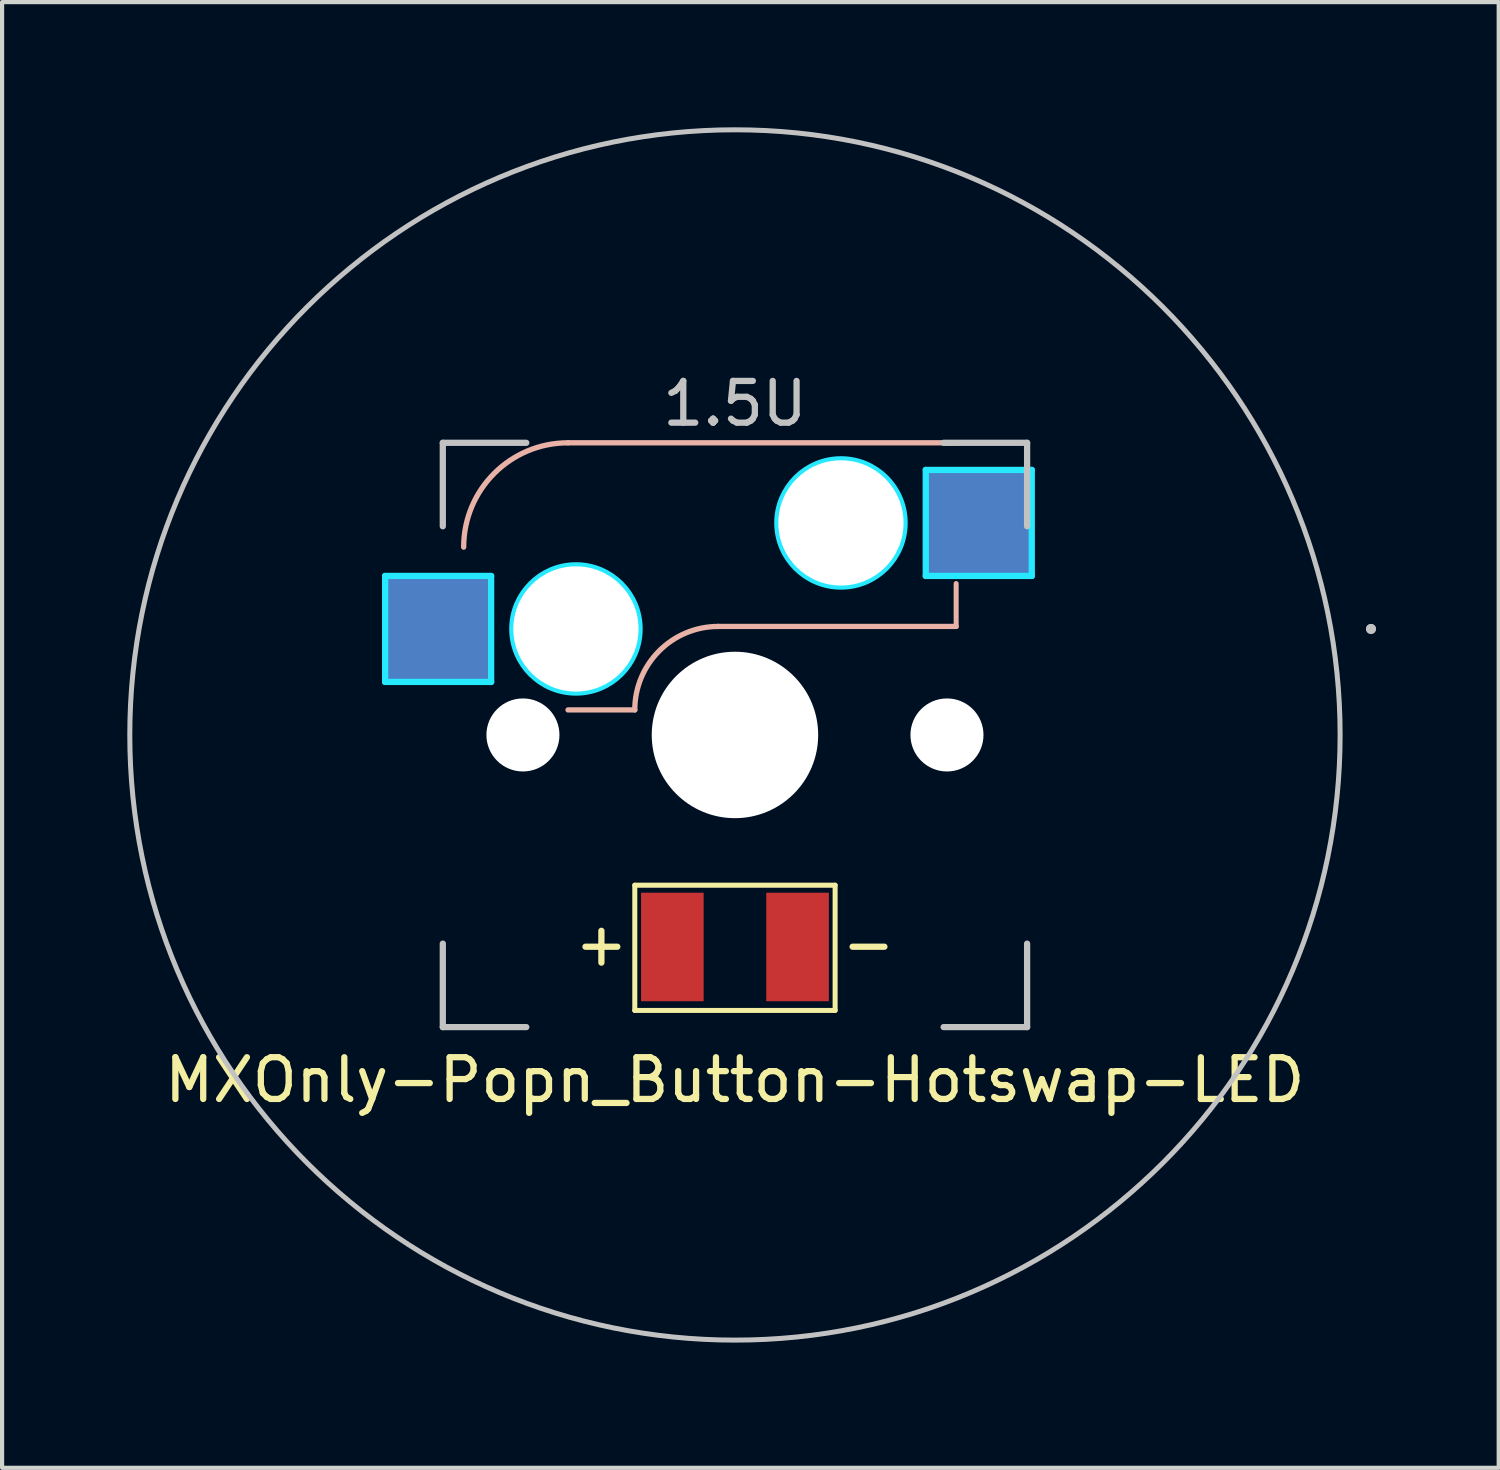
<source format=kicad_pcb>
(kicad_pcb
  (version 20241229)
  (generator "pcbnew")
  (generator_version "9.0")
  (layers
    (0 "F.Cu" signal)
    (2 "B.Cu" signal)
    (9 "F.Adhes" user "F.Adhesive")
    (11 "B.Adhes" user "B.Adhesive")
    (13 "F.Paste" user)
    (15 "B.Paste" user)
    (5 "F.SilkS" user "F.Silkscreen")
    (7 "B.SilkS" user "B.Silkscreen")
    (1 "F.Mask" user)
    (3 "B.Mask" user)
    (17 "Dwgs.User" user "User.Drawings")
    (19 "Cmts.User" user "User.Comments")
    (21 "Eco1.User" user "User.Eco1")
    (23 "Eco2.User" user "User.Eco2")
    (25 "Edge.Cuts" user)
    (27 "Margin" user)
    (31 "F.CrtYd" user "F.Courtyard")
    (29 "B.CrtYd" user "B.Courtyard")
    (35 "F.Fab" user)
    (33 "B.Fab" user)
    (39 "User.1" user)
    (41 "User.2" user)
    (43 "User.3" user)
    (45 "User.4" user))
  (footprint "MXOnly-Popn_Button-Hotswap-LED"
    (layer "F.Cu")
    (at 14.56 14.56)
    (property "Reference" "MXOnly-Popn_Button-Hotswap-LED" (at -0.003 8.267 0) (unlocked yes) (layer "F.SilkS") (effects (font (size 1 1) (thickness 0.15))))
    (attr through_hole)
    (fp_line (start -2.4 3.6) (end -2.4 6.6) (stroke (width 0.12) (type solid)) (layer "F.SilkS"))
    (fp_line (start -2.4 6.6) (end 2.4 6.6) (stroke (width 0.12) (type solid)) (layer "F.SilkS"))
    (fp_line (start 2.4 3.6) (end -2.4 3.6) (stroke (width 0.12) (type solid)) (layer "F.SilkS"))
    (fp_line (start 2.4 6.6) (end 2.4 3.6) (stroke (width 0.12) (type solid)) (layer "F.SilkS"))
    (fp_line (start -4 -0.6) (end -2.4 -0.6) (stroke (width 0.127) (type solid)) (layer "B.SilkS"))
    (fp_line (start -0.4 -2.6) (end 5.3 -2.6) (stroke (width 0.127) (type solid)) (layer "B.SilkS"))
    (fp_line (start 5.3 -7) (end -4 -7) (stroke (width 0.127) (type solid)) (layer "B.SilkS"))
    (fp_line (start 5.3 -2.6) (end 5.3 -3.628) (stroke (width 0.12) (type solid)) (layer "B.SilkS"))
    (fp_arc (start -6.5 -4.5) (mid -5.767767 -6.267767) (end -4 -7) (stroke (width 0.127) (type solid)) (layer "B.SilkS"))
    (fp_arc (start -2.4 -0.6) (mid -1.814214 -2.014214) (end -0.4 -2.6) (stroke (width 0.127) (type solid)) (layer "B.SilkS"))
    (fp_line (start -7 -7) (end -7 -5) (stroke (width 0.15) (type solid)) (layer "Dwgs.User"))
    (fp_line (start -7 5) (end -7 7) (stroke (width 0.15) (type solid)) (layer "Dwgs.User"))
    (fp_line (start -7 7) (end -5 7) (stroke (width 0.15) (type solid)) (layer "Dwgs.User"))
    (fp_line (start -5 -7) (end -7 -7) (stroke (width 0.15) (type solid)) (layer "Dwgs.User"))
    (fp_line (start 5 -7) (end 7 -7) (stroke (width 0.15) (type solid)) (layer "Dwgs.User"))
    (fp_line (start 5 7) (end 7 7) (stroke (width 0.15) (type solid)) (layer "Dwgs.User"))
    (fp_line (start 7 -7) (end 7 -5) (stroke (width 0.15) (type solid)) (layer "Dwgs.User"))
    (fp_line (start 7 7) (end 7 5) (stroke (width 0.15) (type solid)) (layer "Dwgs.User"))
    (fp_circle (center 0 0) (end 14.5 0) (stroke (width 0.12) (type solid)) (fill no) (layer "Dwgs.User"))
    (fp_circle (center 15.24 -2.54) (end 15.24 -2.54) (stroke (width 0.12) (type solid)) (fill no) (layer "Dwgs.User"))
    (fp_circle (center 15.24 -2.54) (end 15.24 -2.54) (stroke (width 0.12) (type solid)) (fill no) (layer "Dwgs.User"))
    (fp_line (start -8.382 -3.81) (end -5.842 -3.81) (stroke (width 0.15) (type solid)) (layer "B.CrtYd"))
    (fp_line (start -8.382 -1.27) (end -8.382 -3.81) (stroke (width 0.15) (type solid)) (layer "B.CrtYd"))
    (fp_line (start -5.842 -3.81) (end -5.842 -1.27) (stroke (width 0.15) (type solid)) (layer "B.CrtYd"))
    (fp_line (start -5.842 -1.27) (end -8.382 -1.27) (stroke (width 0.15) (type solid)) (layer "B.CrtYd"))
    (fp_line (start 4.572 -6.35) (end 7.112 -6.35) (stroke (width 0.15) (type solid)) (layer "B.CrtYd"))
    (fp_line (start 4.572 -3.81) (end 4.572 -6.35) (stroke (width 0.15) (type solid)) (layer "B.CrtYd"))
    (fp_line (start 7.112 -6.35) (end 7.112 -3.81) (stroke (width 0.15) (type solid)) (layer "B.CrtYd"))
    (fp_line (start 7.112 -3.81) (end 4.572 -3.81) (stroke (width 0.15) (type solid)) (layer "B.CrtYd"))
    (fp_circle (center -3.81 -2.54) (end -3.81 -4.064) (stroke (width 0.15) (type solid)) (fill no) (layer "B.CrtYd"))
    (fp_circle (center 2.54 -5.08) (end 2.54 -6.604) (stroke (width 0.15) (type solid)) (fill no) (layer "B.CrtYd"))
    (fp_text user "-" (at 3.2 5 0) (layer "F.SilkS") (effects (font (size 1 1) (thickness 0.15))))
    (fp_text user "+" (at -3.2 5 0) (layer "F.SilkS") (effects (font (size 1 1) (thickness 0.15))))
    (fp_text user "1.5U" (at 0 -7.938 0) (layer "Dwgs.User") (effects (font (size 1 1) (thickness 0.15))))
    (pad "" np_thru_hole circle (at -5.08 0 48.1) (size 1.75 1.75) (drill 1.75) (layers "*.Cu" "*.Mask"))
    (pad "" np_thru_hole circle (at -3.81 -2.54) (size 3 3) (drill 3) (layers "*.Cu" "*.Mask"))
    (pad "" np_thru_hole circle (at 0 0) (size 3.988 3.988) (drill 3.988) (layers "*.Cu" "*.Mask"))
    (pad "" np_thru_hole circle (at 2.54 -5.08) (size 3 3) (drill 3) (layers "*.Cu" "*.Mask"))
    (pad "" np_thru_hole circle (at 5.08 0 48.1) (size 1.75 1.75) (drill 1.75) (layers "*.Cu" "*.Mask"))
    (pad "1" smd rect (at -7.085 -2.54) (size 2.55 2.5) (layers "B.Cu" "B.Mask" "B.Paste"))
    (pad "2" smd rect (at 5.842 -5.08) (size 2.55 2.5) (layers "B.Cu" "B.Mask" "B.Paste"))
    (pad "3" smd rect (at -1.5 5.08) (size 1.5 2.6) (layers "F.Cu" "F.Mask" "F.Paste"))
    (pad "4" smd rect (at 1.5 5.08) (size 1.5 2.6) (layers "F.Cu" "F.Mask" "F.Paste")))
  (gr_rect
    (start -3 -3)
    (end 32.86 32.12)
    (stroke (width 0.1) (type default))
    (fill no)
    (layer "Edge.Cuts")))
</source>
